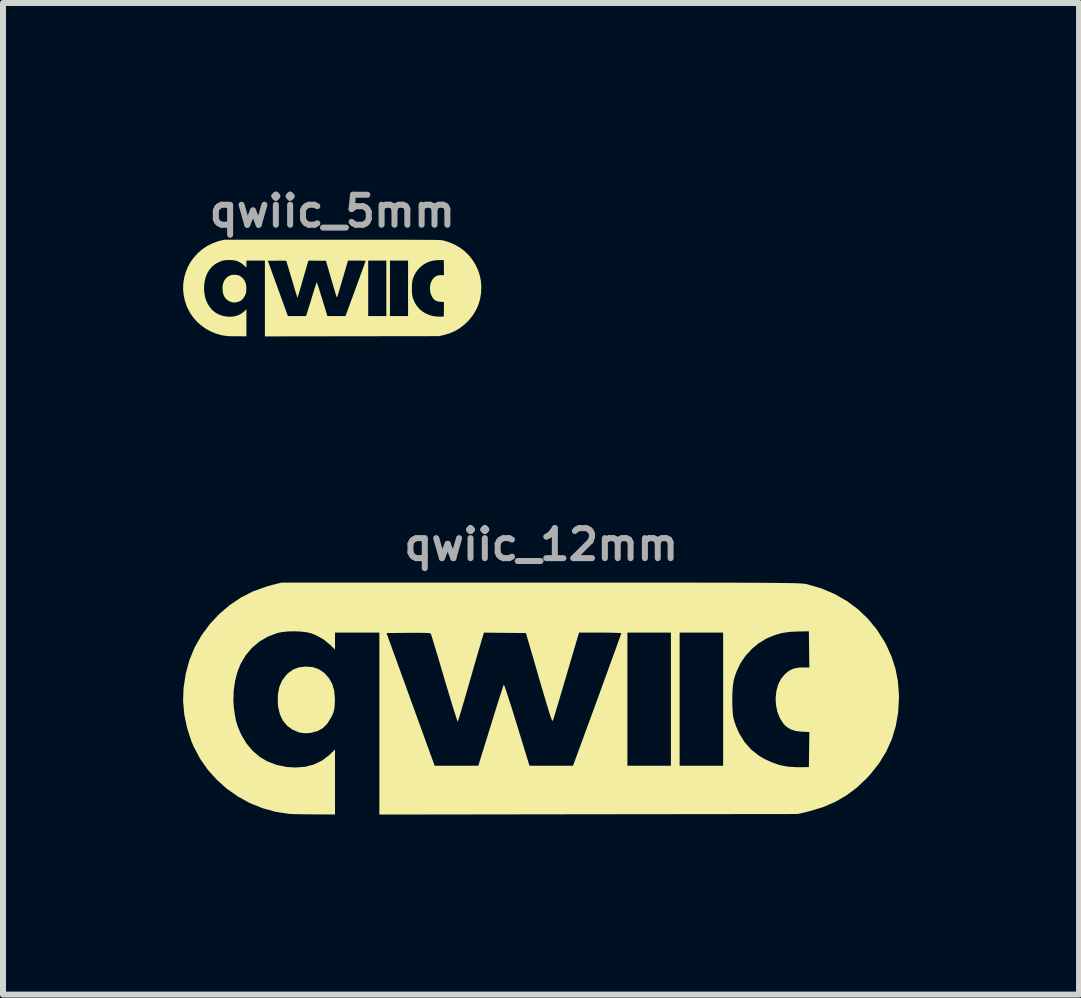
<source format=kicad_pcb>
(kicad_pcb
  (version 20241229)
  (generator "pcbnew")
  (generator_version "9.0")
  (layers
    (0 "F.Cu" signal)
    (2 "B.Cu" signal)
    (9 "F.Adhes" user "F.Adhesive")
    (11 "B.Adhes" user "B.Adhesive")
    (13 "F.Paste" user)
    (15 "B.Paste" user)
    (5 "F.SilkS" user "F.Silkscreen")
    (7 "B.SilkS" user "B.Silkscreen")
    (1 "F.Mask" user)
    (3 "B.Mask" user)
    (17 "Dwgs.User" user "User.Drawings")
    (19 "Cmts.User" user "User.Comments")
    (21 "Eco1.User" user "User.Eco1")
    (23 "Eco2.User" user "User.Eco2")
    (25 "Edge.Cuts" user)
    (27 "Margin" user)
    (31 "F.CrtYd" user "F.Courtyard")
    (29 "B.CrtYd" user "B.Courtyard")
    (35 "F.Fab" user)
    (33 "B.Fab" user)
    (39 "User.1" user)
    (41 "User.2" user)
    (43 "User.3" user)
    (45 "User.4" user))
  (footprint "qwiic_5mm"
    (layer "F.Cu")
    (at 2.486 1.738)
    (property "Reference" "qwiic_5mm" (at 0 -1.27 0) (layer "F.Fab") (effects (font (size 0.5 0.5) (thickness 0.1))))
    (attr board_only exclude_from_pos_files exclude_from_bom)
    (fp_poly (pts (xy -1.586 -0.207) (xy -1.547 -0.195) (xy -1.513 -0.172) (xy -1.503 -0.165) (xy -1.472 -0.13) (xy -1.45 -0.091) (xy -1.437 -0.045) (xy -1.432 0.008) (xy -1.433 0.041) (xy -1.435 0.07) (xy -1.438 0.091) (xy -1.443 0.11) (xy -1.453 0.131) (xy -1.459 0.144) (xy -1.485 0.185) (xy -1.516 0.216) (xy -1.553 0.236) (xy -1.598 0.248) (xy -1.621 0.251) (xy -1.646 0.251) (xy -1.672 0.248) (xy -1.679 0.246) (xy -1.725 0.227) (xy -1.763 0.2) (xy -1.793 0.164) (xy -1.814 0.12) (xy -1.826 0.068) (xy -1.828 0.039) (xy -1.828 -0.019) (xy -1.818 -0.069) (xy -1.8 -0.113) (xy -1.772 -0.151) (xy -1.756 -0.166) (xy -1.722 -0.191) (xy -1.684 -0.205) (xy -1.64 -0.211) (xy -1.631 -0.211)) (stroke (width 0) (type solid)) (fill yes) (layer "F.SilkS"))
    (fp_poly (pts (xy 0.172 -0.794) (xy 0.335 -0.794) (xy 0.487 -0.794) (xy 0.628 -0.794) (xy 0.758 -0.794) (xy 0.879 -0.794) (xy 0.99 -0.794) (xy 1.092 -0.794) (xy 1.185 -0.794) (xy 1.27 -0.794) (xy 1.347 -0.793) (xy 1.416 -0.793) (xy 1.478 -0.793) (xy 1.534 -0.793) (xy 1.583 -0.792) (xy 1.626 -0.792) (xy 1.664 -0.792) (xy 1.697 -0.791) (xy 1.725 -0.791) (xy 1.75 -0.79) (xy 1.77 -0.79) (xy 1.787 -0.789) (xy 1.801 -0.788) (xy 1.812 -0.787) (xy 1.821 -0.787) (xy 1.829 -0.786) (xy 1.835 -0.785) (xy 1.841 -0.784) (xy 1.845 -0.783) (xy 1.943 -0.754) (xy 2.035 -0.715) (xy 2.12 -0.667) (xy 2.197 -0.61) (xy 2.267 -0.543) (xy 2.329 -0.468) (xy 2.381 -0.385) (xy 2.393 -0.363) (xy 2.431 -0.28) (xy 2.458 -0.196) (xy 2.475 -0.11) (xy 2.482 -0.019) (xy 2.482 0.006) (xy 2.477 0.106) (xy 2.46 0.201) (xy 2.433 0.292) (xy 2.394 0.378) (xy 2.345 0.459) (xy 2.284 0.536) (xy 2.258 0.565) (xy 2.189 0.629) (xy 2.117 0.683) (xy 2.04 0.728) (xy 1.956 0.764) (xy 1.864 0.792) (xy 1.837 0.798) (xy 1.778 0.812) (xy 0.328 0.814) (xy -1.123 0.816) (xy -1.123 0.184) (xy -1.123 -0.444) (xy -1.074 -0.444) (xy -0.907 0.017) (xy -0.74 0.477) (xy -0.588 0.477) (xy -0.437 0.477) (xy -0.35 0.198) (xy -0.333 0.142) (xy -0.317 0.09) (xy -0.302 0.042) (xy -0.289 0.000464) (xy -0.277 -0.034) (xy -0.269 -0.061) (xy -0.263 -0.079) (xy -0.26 -0.086) (xy -0.26 -0.086) (xy -0.257 -0.081) (xy -0.252 -0.066) (xy -0.243 -0.042) (xy -0.232 -0.009) (xy -0.219 0.031) (xy -0.205 0.077) (xy -0.189 0.129) (xy -0.171 0.184) (xy -0.169 0.193) (xy -0.082 0.477) (xy 0.069 0.477) (xy 0.22 0.477) (xy 0.388 0.019) (xy 0.414 -0.052) (xy 0.439 -0.12) (xy 0.462 -0.184) (xy 0.483 -0.242) (xy 0.503 -0.295) (xy 0.519 -0.341) (xy 0.533 -0.38) (xy 0.544 -0.41) (xy 0.551 -0.431) (xy 0.555 -0.442) (xy 0.556 -0.443) (xy 0.55 -0.444) (xy 0.534 -0.445) (xy 0.509 -0.446) (xy 0.476 -0.446) (xy 0.439 -0.447) (xy 0.409 -0.447) (xy 0.598 -0.447) (xy 0.598 0.015) (xy 0.598 0.477) (xy 0.749 0.477) (xy 0.9 0.477) (xy 0.9 0.015) (xy 0.9 -0.447) (xy 0.96 -0.447) (xy 0.96 0.015) (xy 0.96 0.477) (xy 1.111 0.477) (xy 1.262 0.477) (xy 1.262 0.018) (xy 1.326 0.018) (xy 1.326 0.066) (xy 1.328 0.106) (xy 1.333 0.139) (xy 1.34 0.17) (xy 1.351 0.2) (xy 1.365 0.234) (xy 1.374 0.253) (xy 1.41 0.311) (xy 1.455 0.363) (xy 1.508 0.405) (xy 1.549 0.43) (xy 1.605 0.455) (xy 1.658 0.473) (xy 1.712 0.483) (xy 1.772 0.487) (xy 1.8 0.487) (xy 1.857 0.486) (xy 1.859 0.365) (xy 1.86 0.243) (xy 1.807 0.24) (xy 1.764 0.235) (xy 1.729 0.224) (xy 1.7 0.205) (xy 1.682 0.186) (xy 1.657 0.148) (xy 1.639 0.103) (xy 1.629 0.055) (xy 1.626 0.006) (xy 1.632 -0.042) (xy 1.645 -0.088) (xy 1.665 -0.128) (xy 1.693 -0.161) (xy 1.722 -0.184) (xy 1.752 -0.197) (xy 1.787 -0.204) (xy 1.813 -0.205) (xy 1.86 -0.205) (xy 1.859 -0.331) (xy 1.857 -0.456) (xy 1.782 -0.455) (xy 1.721 -0.452) (xy 1.669 -0.444) (xy 1.619 -0.43) (xy 1.569 -0.409) (xy 1.558 -0.403) (xy 1.51 -0.374) (xy 1.463 -0.335) (xy 1.421 -0.291) (xy 1.388 -0.243) (xy 1.378 -0.226) (xy 1.359 -0.187) (xy 1.345 -0.151) (xy 1.336 -0.115) (xy 1.33 -0.076) (xy 1.326 -0.032) (xy 1.326 0.018) (xy 1.262 0.018) (xy 1.262 0.015) (xy 1.262 -0.447) (xy 1.111 -0.447) (xy 0.96 -0.447) (xy 0.9 -0.447) (xy 0.749 -0.447) (xy 0.598 -0.447) (xy 0.409 -0.447) (xy 0.262 -0.447) (xy 0.175 -0.152) (xy 0.158 -0.095) (xy 0.142 -0.04) (xy 0.127 0.011) (xy 0.114 0.056) (xy 0.102 0.094) (xy 0.093 0.125) (xy 0.086 0.147) (xy 0.082 0.158) (xy 0.082 0.16) (xy 0.081 0.163) (xy 0.079 0.164) (xy 0.077 0.164) (xy 0.075 0.161) (xy 0.072 0.155) (xy 0.068 0.145) (xy 0.063 0.13) (xy 0.056 0.11) (xy 0.048 0.083) (xy 0.038 0.05) (xy 0.026 0.01) (xy 0.012 -0.038) (xy -0.005 -0.096) (xy -0.024 -0.162) (xy -0.047 -0.239) (xy -0.072 -0.327) (xy -0.077 -0.344) (xy -0.106 -0.444) (xy -0.252 -0.445) (xy -0.398 -0.447) (xy -0.413 -0.397) (xy -0.418 -0.381) (xy -0.425 -0.354) (xy -0.436 -0.319) (xy -0.448 -0.277) (xy -0.462 -0.229) (xy -0.477 -0.176) (xy -0.493 -0.122) (xy -0.502 -0.091) (xy -0.517 -0.037) (xy -0.532 0.013) (xy -0.545 0.058) (xy -0.557 0.097) (xy -0.566 0.129) (xy -0.573 0.153) (xy -0.578 0.167) (xy -0.579 0.171) (xy -0.582 0.166) (xy -0.587 0.151) (xy -0.595 0.126) (xy -0.606 0.093) (xy -0.619 0.052) (xy -0.633 0.005) (xy -0.649 -0.047) (xy -0.665 -0.104) (xy -0.673 -0.129) (xy -0.69 -0.188) (xy -0.707 -0.243) (xy -0.722 -0.293) (xy -0.735 -0.338) (xy -0.747 -0.376) (xy -0.756 -0.406) (xy -0.762 -0.428) (xy -0.766 -0.439) (xy -0.767 -0.44) (xy -0.773 -0.443) (xy -0.79 -0.444) (xy -0.817 -0.445) (xy -0.855 -0.446) (xy -0.904 -0.446) (xy -0.922 -0.445) (xy -1.074 -0.444) (xy -1.123 -0.444) (xy -1.123 -0.447) (xy -1.277 -0.447) (xy -1.431 -0.447) (xy -1.431 -0.388) (xy -1.431 -0.33) (xy -1.463 -0.36) (xy -1.51 -0.399) (xy -1.562 -0.429) (xy -1.594 -0.441) (xy -1.625 -0.449) (xy -1.665 -0.454) (xy -1.708 -0.456) (xy -1.752 -0.455) (xy -1.794 -0.452) (xy -1.828 -0.445) (xy -1.829 -0.445) (xy -1.895 -0.42) (xy -1.954 -0.386) (xy -2.007 -0.342) (xy -2.051 -0.289) (xy -2.085 -0.233) (xy -2.108 -0.177) (xy -2.124 -0.113) (xy -2.134 -0.046) (xy -2.137 0.023) (xy -2.133 0.074) (xy -2.127 0.123) (xy -2.119 0.163) (xy -2.108 0.2) (xy -2.093 0.237) (xy -2.079 0.266) (xy -2.045 0.323) (xy -2.003 0.373) (xy -1.954 0.415) (xy -1.902 0.446) (xy -1.836 0.471) (xy -1.767 0.485) (xy -1.705 0.489) (xy -1.638 0.484) (xy -1.578 0.468) (xy -1.523 0.442) (xy -1.475 0.406) (xy -1.467 0.399) (xy -1.431 0.364) (xy -1.431 0.589) (xy -1.431 0.815) (xy -1.578 0.814) (xy -1.62 0.814) (xy -1.66 0.813) (xy -1.694 0.813) (xy -1.722 0.812) (xy -1.742 0.811) (xy -1.748 0.811) (xy -1.843 0.797) (xy -1.935 0.771) (xy -2.023 0.735) (xy -2.106 0.69) (xy -2.182 0.636) (xy -2.252 0.574) (xy -2.315 0.504) (xy -2.368 0.427) (xy -2.412 0.344) (xy -2.429 0.305) (xy -2.458 0.214) (xy -2.477 0.121) (xy -2.486 0.029) (xy -2.483 -0.06) (xy -2.468 -0.16) (xy -2.442 -0.255) (xy -2.406 -0.343) (xy -2.359 -0.427) (xy -2.301 -0.505) (xy -2.236 -0.575) (xy -2.162 -0.638) (xy -2.084 -0.691) (xy -1.999 -0.733) (xy -1.907 -0.767) (xy -1.868 -0.778) (xy -1.803 -0.794) (xy -0.003 -0.794)) (stroke (width 0) (type solid)) (fill yes) (layer "F.SilkS")))
  (footprint "qwiic_12mm"
    (layer "F.Cu")
    (at 5.967 8.562)
    (property "Reference" "qwiic_12mm" (at 0 -2.54 0) (layer "F.Fab") (effects (font (size 0.5 0.5) (thickness 0.1))))
    (attr board_only exclude_from_pos_files exclude_from_bom)
    (fp_poly (pts (xy -3.807 -0.498) (xy -3.715 -0.468) (xy -3.631 -0.414) (xy -3.609 -0.395) (xy -3.535 -0.313) (xy -3.482 -0.218) (xy -3.45 -0.109) (xy -3.438 0.019) (xy -3.439 0.098) (xy -3.444 0.167) (xy -3.452 0.219) (xy -3.465 0.264) (xy -3.487 0.314) (xy -3.503 0.345) (xy -3.565 0.444) (xy -3.639 0.518) (xy -3.729 0.568) (xy -3.836 0.596) (xy -3.891 0.603) (xy -3.951 0.602) (xy -4.013 0.594) (xy -4.031 0.59) (xy -4.142 0.545) (xy -4.233 0.479) (xy -4.304 0.393) (xy -4.354 0.288) (xy -4.383 0.163) (xy -4.39 0.094) (xy -4.387 -0.046) (xy -4.364 -0.167) (xy -4.32 -0.271) (xy -4.253 -0.362) (xy -4.216 -0.399) (xy -4.134 -0.458) (xy -4.043 -0.493) (xy -3.937 -0.507) (xy -3.914 -0.507)) (stroke (width 0) (type solid)) (fill yes) (layer "F.SilkS"))
    (fp_poly (pts (xy 0.412 -1.906) (xy 0.804 -1.906) (xy 1.169 -1.906) (xy 1.507 -1.906) (xy 1.821 -1.906) (xy 2.11 -1.906) (xy 2.377 -1.906) (xy 2.622 -1.906) (xy 2.845 -1.905) (xy 3.049 -1.905) (xy 3.233 -1.905) (xy 3.399 -1.904) (xy 3.549 -1.904) (xy 3.682 -1.903) (xy 3.8 -1.902) (xy 3.904 -1.901) (xy 3.995 -1.9) (xy 4.074 -1.899) (xy 4.142 -1.898) (xy 4.2 -1.897) (xy 4.249 -1.896) (xy 4.289 -1.894) (xy 4.323 -1.892) (xy 4.35 -1.89) (xy 4.373 -1.888) (xy 4.391 -1.886) (xy 4.406 -1.884) (xy 4.419 -1.882) (xy 4.429 -1.879) (xy 4.665 -1.81) (xy 4.885 -1.717) (xy 5.089 -1.601) (xy 5.275 -1.463) (xy 5.442 -1.304) (xy 5.59 -1.124) (xy 5.717 -0.925) (xy 5.746 -0.871) (xy 5.836 -0.672) (xy 5.901 -0.471) (xy 5.941 -0.265) (xy 5.958 -0.046) (xy 5.959 0.014) (xy 5.946 0.255) (xy 5.906 0.483) (xy 5.841 0.7) (xy 5.748 0.906) (xy 5.629 1.102) (xy 5.482 1.288) (xy 5.42 1.355) (xy 5.256 1.51) (xy 5.083 1.639) (xy 4.897 1.747) (xy 4.696 1.833) (xy 4.474 1.901) (xy 4.41 1.917) (xy 4.27 1.949) (xy 0.787 1.953) (xy -2.697 1.958) (xy -2.697 0.442) (xy -2.697 -1.066) (xy -2.578 -1.066) (xy -2.177 0.04) (xy -1.776 1.145) (xy -1.413 1.145) (xy -1.049 1.145) (xy -0.841 0.475) (xy -0.8 0.341) (xy -0.761 0.216) (xy -0.725 0.101) (xy -0.693 0.001) (xy -0.666 -0.083) (xy -0.645 -0.147) (xy -0.631 -0.189) (xy -0.624 -0.207) (xy -0.624 -0.207) (xy -0.618 -0.196) (xy -0.604 -0.159) (xy -0.584 -0.1) (xy -0.558 -0.021) (xy -0.527 0.075) (xy -0.491 0.186) (xy -0.453 0.309) (xy -0.412 0.442) (xy -0.405 0.464) (xy -0.196 1.145) (xy 0.167 1.145) (xy 0.529 1.145) (xy 0.932 0.046) (xy 0.994 -0.125) (xy 1.053 -0.288) (xy 1.109 -0.441) (xy 1.16 -0.582) (xy 1.206 -0.708) (xy 1.247 -0.819) (xy 1.28 -0.912) (xy 1.306 -0.984) (xy 1.324 -1.034) (xy 1.333 -1.06) (xy 1.334 -1.063) (xy 1.32 -1.066) (xy 1.281 -1.068) (xy 1.221 -1.07) (xy 1.144 -1.072) (xy 1.053 -1.073) (xy 0.981 -1.073) (xy 1.435 -1.073) (xy 1.435 0.036) (xy 1.435 1.145) (xy 1.798 1.145) (xy 2.16 1.145) (xy 2.16 0.036) (xy 2.16 -1.073) (xy 2.305 -1.073) (xy 2.305 0.036) (xy 2.305 1.145) (xy 2.668 1.145) (xy 3.03 1.145) (xy 3.03 0.043) (xy 3.182 0.043) (xy 3.184 0.16) (xy 3.189 0.254) (xy 3.199 0.334) (xy 3.217 0.407) (xy 3.242 0.48) (xy 3.278 0.561) (xy 3.299 0.607) (xy 3.385 0.748) (xy 3.492 0.87) (xy 3.62 0.973) (xy 3.719 1.032) (xy 3.853 1.093) (xy 3.98 1.135) (xy 4.11 1.16) (xy 4.253 1.169) (xy 4.32 1.169) (xy 4.458 1.167) (xy 4.462 0.875) (xy 4.466 0.583) (xy 4.338 0.577) (xy 4.234 0.565) (xy 4.151 0.537) (xy 4.082 0.492) (xy 4.038 0.448) (xy 3.977 0.355) (xy 3.934 0.248) (xy 3.91 0.133) (xy 3.904 0.014) (xy 3.917 -0.102) (xy 3.948 -0.211) (xy 3.997 -0.308) (xy 4.064 -0.386) (xy 4.134 -0.441) (xy 4.206 -0.474) (xy 4.29 -0.49) (xy 4.353 -0.493) (xy 4.466 -0.493) (xy 4.462 -0.794) (xy 4.458 -1.095) (xy 4.277 -1.092) (xy 4.133 -1.085) (xy 4.006 -1.065) (xy 3.887 -1.031) (xy 3.766 -0.981) (xy 3.74 -0.968) (xy 3.624 -0.897) (xy 3.512 -0.805) (xy 3.412 -0.698) (xy 3.332 -0.584) (xy 3.309 -0.543) (xy 3.263 -0.448) (xy 3.23 -0.361) (xy 3.206 -0.276) (xy 3.192 -0.183) (xy 3.184 -0.077) (xy 3.182 0.043) (xy 3.03 0.043) (xy 3.03 0.036) (xy 3.03 -1.073) (xy 2.668 -1.073) (xy 2.305 -1.073) (xy 2.16 -1.073) (xy 1.798 -1.073) (xy 1.435 -1.073) (xy 0.981 -1.073) (xy 0.629 -1.073) (xy 0.421 -0.366) (xy 0.38 -0.227) (xy 0.341 -0.095) (xy 0.305 0.026) (xy 0.273 0.134) (xy 0.245 0.227) (xy 0.223 0.3) (xy 0.207 0.353) (xy 0.198 0.38) (xy 0.197 0.383) (xy 0.194 0.39) (xy 0.19 0.394) (xy 0.186 0.394) (xy 0.18 0.387) (xy 0.173 0.372) (xy 0.163 0.348) (xy 0.151 0.312) (xy 0.135 0.263) (xy 0.116 0.2) (xy 0.091 0.121) (xy 0.063 0.024) (xy 0.028 -0.092) (xy -0.012 -0.229) (xy -0.059 -0.389) (xy -0.112 -0.574) (xy -0.174 -0.784) (xy -0.186 -0.826) (xy -0.255 -1.066) (xy -0.605 -1.069) (xy -0.955 -1.073) (xy -0.991 -0.953) (xy -1.003 -0.914) (xy -1.021 -0.85) (xy -1.046 -0.766) (xy -1.076 -0.664) (xy -1.109 -0.549) (xy -1.145 -0.424) (xy -1.183 -0.292) (xy -1.204 -0.217) (xy -1.242 -0.089) (xy -1.276 0.031) (xy -1.308 0.139) (xy -1.336 0.234) (xy -1.359 0.31) (xy -1.377 0.367) (xy -1.388 0.401) (xy -1.391 0.41) (xy -1.397 0.398) (xy -1.41 0.361) (xy -1.429 0.302) (xy -1.455 0.222) (xy -1.485 0.125) (xy -1.519 0.012) (xy -1.557 -0.114) (xy -1.598 -0.249) (xy -1.616 -0.311) (xy -1.657 -0.451) (xy -1.696 -0.583) (xy -1.732 -0.704) (xy -1.765 -0.812) (xy -1.792 -0.903) (xy -1.814 -0.976) (xy -1.83 -1.027) (xy -1.839 -1.054) (xy -1.841 -1.057) (xy -1.856 -1.063) (xy -1.896 -1.067) (xy -1.96 -1.069) (xy -2.051 -1.07) (xy -2.17 -1.07) (xy -2.214 -1.069) (xy -2.578 -1.066) (xy -2.697 -1.066) (xy -2.697 -1.073) (xy -3.066 -1.073) (xy -3.436 -1.073) (xy -3.436 -0.932) (xy -3.436 -0.791) (xy -3.512 -0.865) (xy -3.625 -0.959) (xy -3.751 -1.029) (xy -3.827 -1.06) (xy -3.902 -1.078) (xy -3.996 -1.09) (xy -4.101 -1.095) (xy -4.207 -1.093) (xy -4.306 -1.084) (xy -4.389 -1.068) (xy -4.392 -1.068) (xy -4.549 -1.009) (xy -4.692 -0.927) (xy -4.817 -0.822) (xy -4.924 -0.695) (xy -5.006 -0.558) (xy -5.06 -0.424) (xy -5.1 -0.272) (xy -5.123 -0.11) (xy -5.129 0.055) (xy -5.121 0.178) (xy -5.105 0.294) (xy -5.086 0.392) (xy -5.06 0.48) (xy -5.024 0.569) (xy -4.992 0.638) (xy -4.91 0.775) (xy -4.808 0.896) (xy -4.69 0.997) (xy -4.567 1.07) (xy -4.409 1.131) (xy -4.242 1.165) (xy -4.092 1.174) (xy -3.933 1.162) (xy -3.788 1.124) (xy -3.656 1.061) (xy -3.54 0.974) (xy -3.522 0.957) (xy -3.436 0.873) (xy -3.436 1.415) (xy -3.436 1.957) (xy -3.788 1.955) (xy -3.889 1.954) (xy -3.984 1.953) (xy -4.068 1.951) (xy -4.135 1.95) (xy -4.181 1.948) (xy -4.197 1.947) (xy -4.425 1.912) (xy -4.646 1.851) (xy -4.856 1.766) (xy -5.055 1.657) (xy -5.239 1.527) (xy -5.407 1.377) (xy -5.557 1.209) (xy -5.685 1.025) (xy -5.791 0.826) (xy -5.83 0.732) (xy -5.901 0.513) (xy -5.947 0.291) (xy -5.967 0.071) (xy -5.96 -0.144) (xy -5.924 -0.384) (xy -5.863 -0.611) (xy -5.776 -0.824) (xy -5.662 -1.025) (xy -5.523 -1.213) (xy -5.368 -1.38) (xy -5.191 -1.531) (xy -5.002 -1.658) (xy -4.799 -1.761) (xy -4.578 -1.841) (xy -4.484 -1.867) (xy -4.328 -1.906) (xy -0.007 -1.906)) (stroke (width 0) (type solid)) (fill yes) (layer "F.SilkS")))
  (gr_rect
    (start -3 -3)
    (end 14.926 13.519)
    (stroke (width 0.1) (type default))
    (fill no)
    (layer "Edge.Cuts")))
</source>
